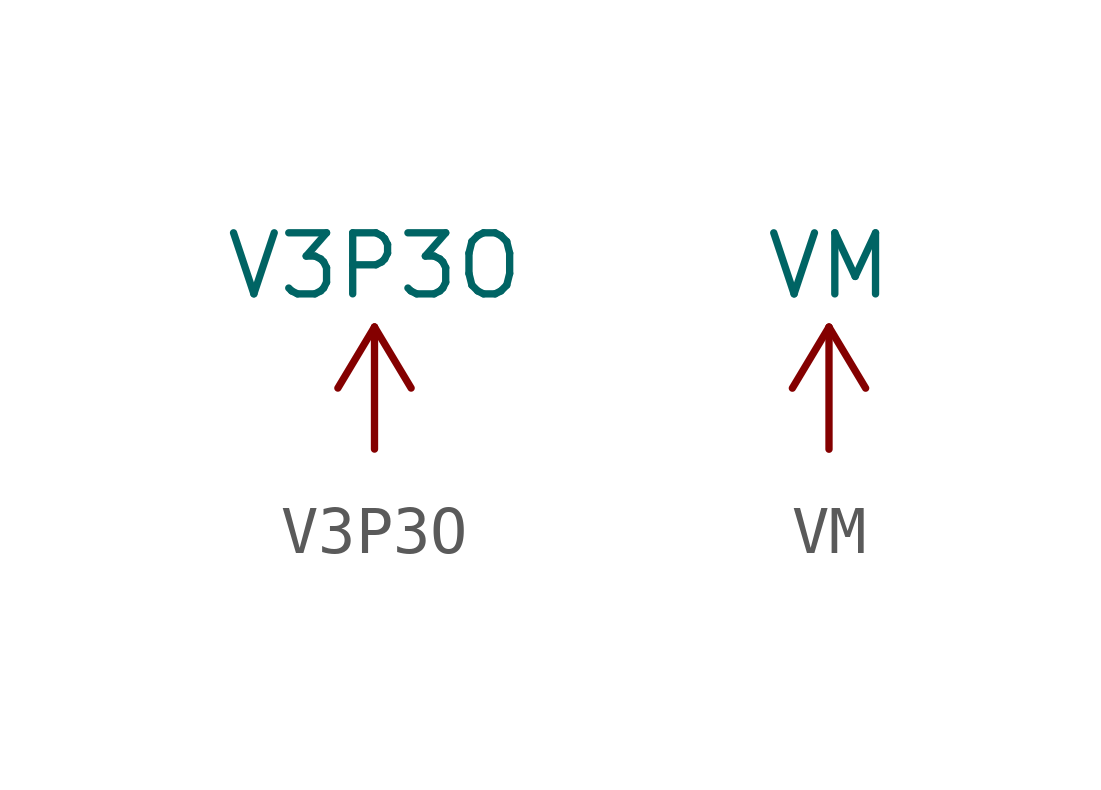
<source format=kicad_sym>
(kicad_symbol_lib
  (version 20220914)
  (generator kicad_symbol_editor)
  (symbol "V3P3O"
    (power)
    (pin_names
      (offset 0))
    (property "Reference" "#PWR"
      (at 0 -3.81 0)
      (effects (font (size 1.27 1.27)) hide))
    (property "Value" "V3P3O"
      (at 0 3.81 0)
      (effects (font (size 1.27 1.27))))
    (symbol "V3P3O_0_1"
      (polyline (pts (xy -0.762 1.27) (xy 0 2.54)) (stroke (width 0) (type default)) (fill (type none)))
      (polyline (pts (xy 0 0) (xy 0 2.54)) (stroke (width 0) (type default)) (fill (type none)))
      (polyline (pts (xy 0 2.54) (xy 0.762 1.27)) (stroke (width 0) (type default)) (fill (type none))))
    (symbol "V3P3O_1_1"
      (pin power_in line (at 0 0 90) (length 0) hide (name "V3P3O" (effects (font (size 1.27 1.27)))) (number "1" (effects (font (size 1.27 1.27)))))))
  (symbol "VM"
    (power)
    (pin_names
      (offset 0))
    (property "Reference" "#PWR"
      (at 0 -3.81 0)
      (effects (font (size 1.27 1.27)) hide))
    (property "Value" "VM"
      (at 0 3.81 0)
      (effects (font (size 1.27 1.27))))
    (symbol "VM_0_1"
      (polyline (pts (xy -0.762 1.27) (xy 0 2.54)) (stroke (width 0) (type default)) (fill (type none)))
      (polyline (pts (xy 0 0) (xy 0 2.54)) (stroke (width 0) (type default)) (fill (type none)))
      (polyline (pts (xy 0 2.54) (xy 0.762 1.27)) (stroke (width 0) (type default)) (fill (type none))))
    (symbol "VM_1_1"
      (pin power_in line (at 0 0 90) (length 0) hide (name "VM" (effects (font (size 1.27 1.27)))) (number "1" (effects (font (size 1.27 1.27))))))))
</source>
